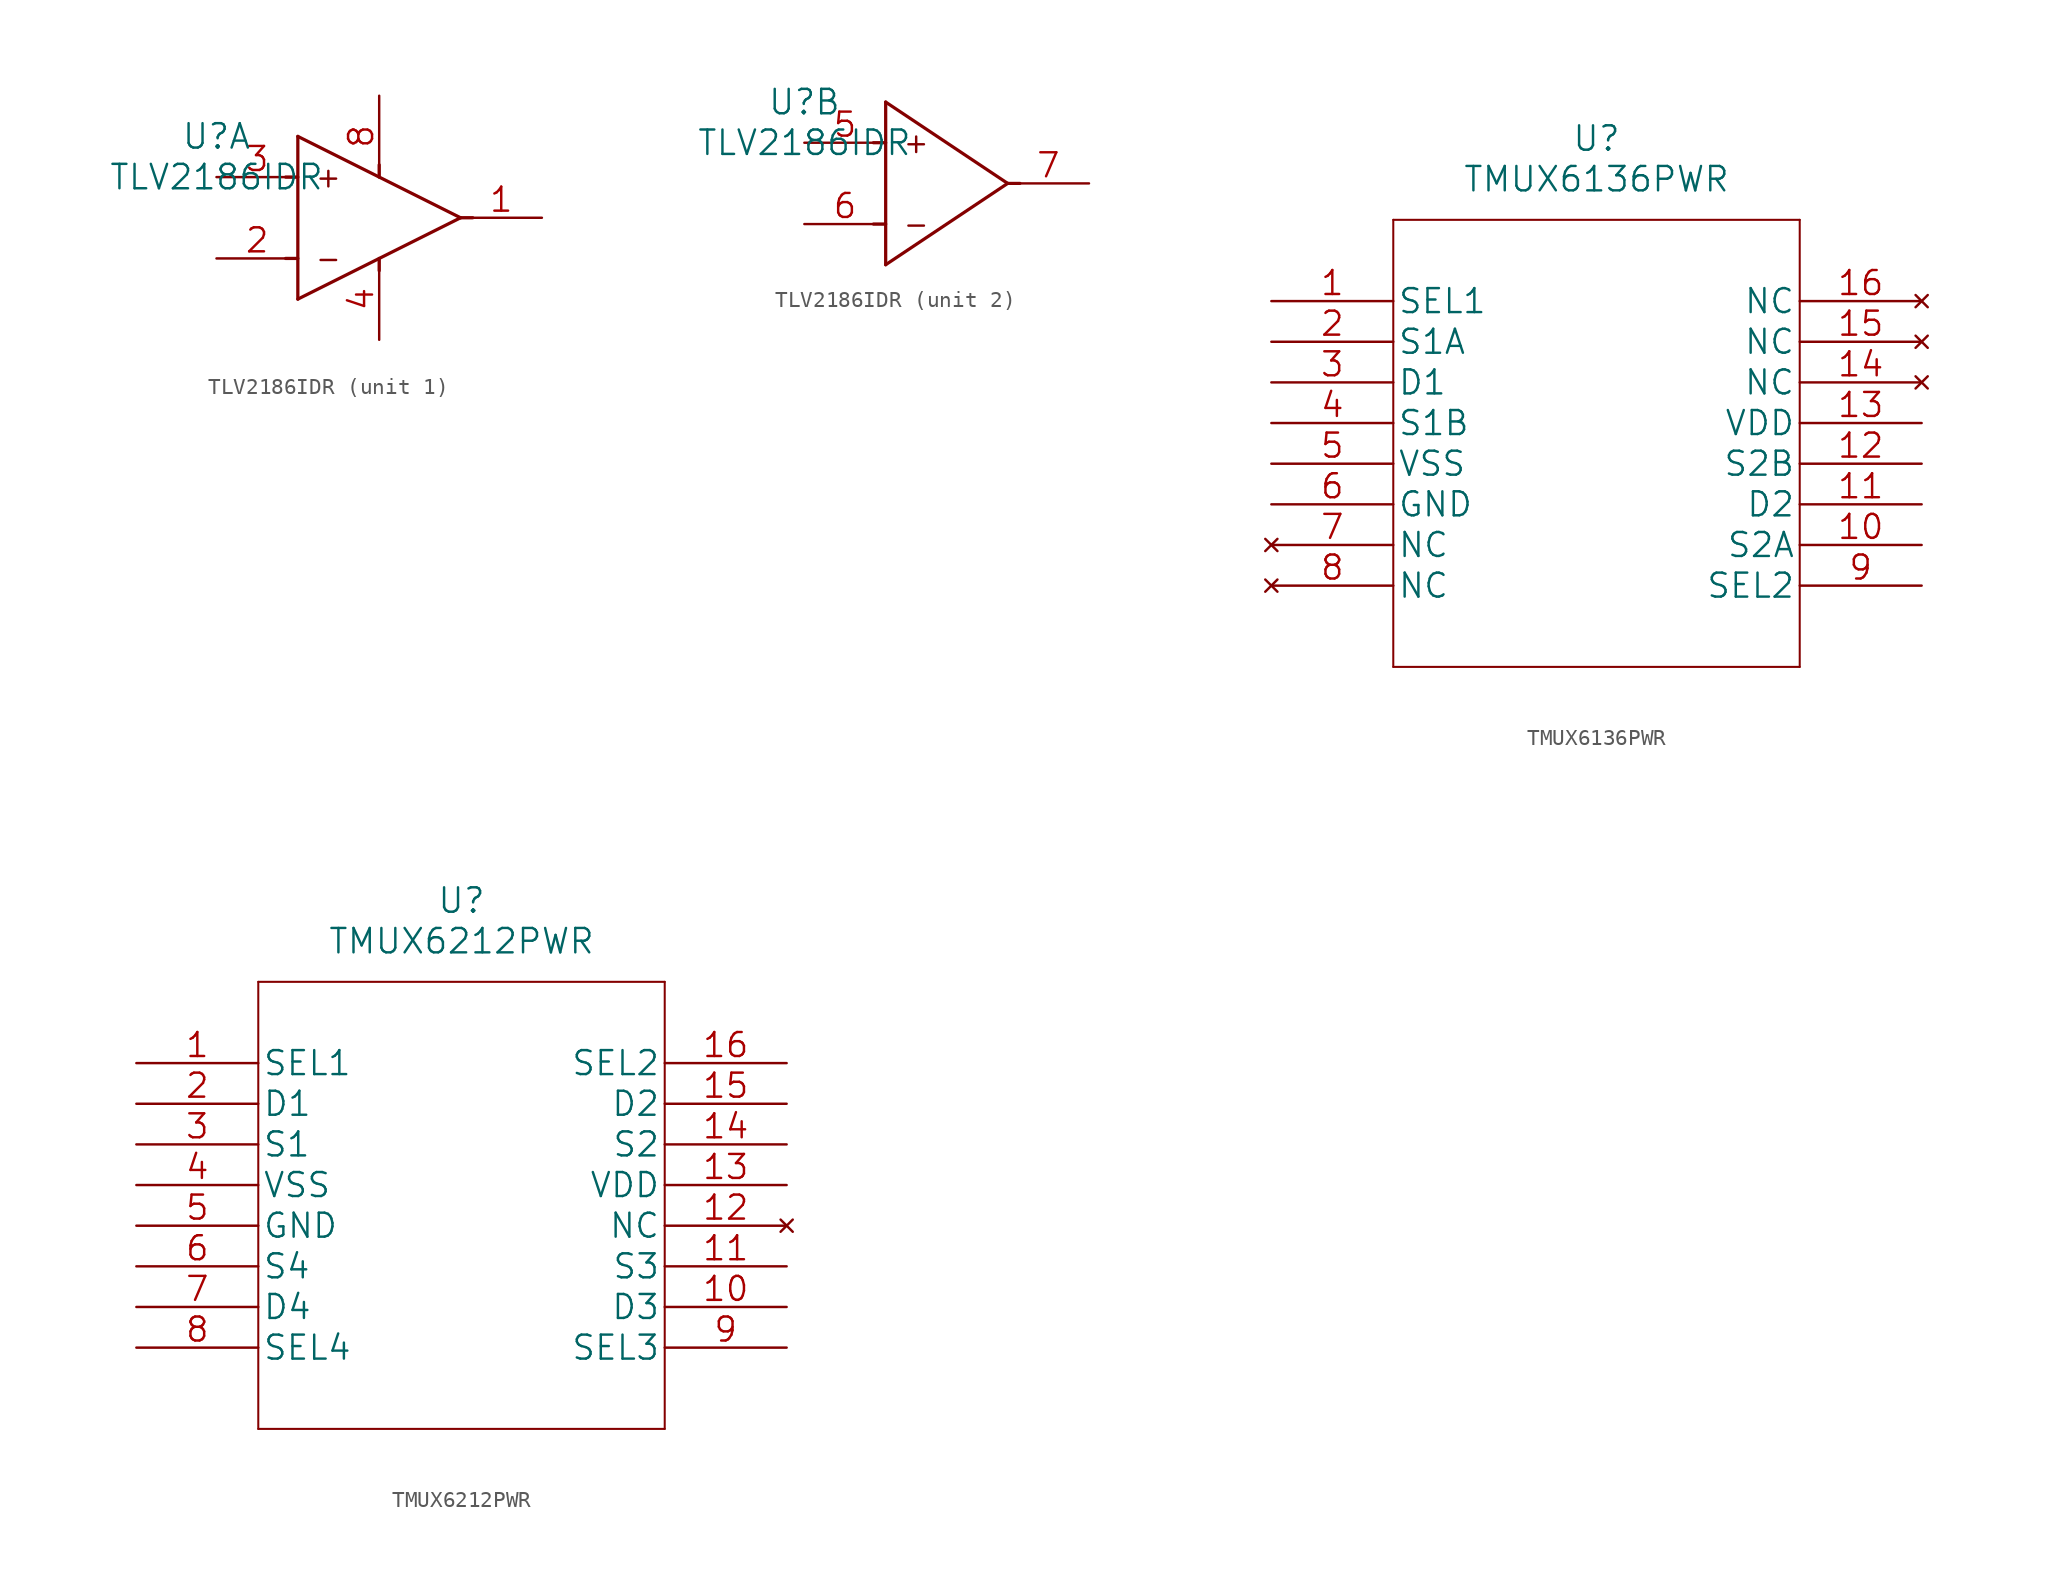
<source format=kicad_sym>
(kicad_symbol_lib
  (version 20211014)
  (generator kicad_symbol_editor)
  (symbol "TLV2186IDR"
    (pin_names
      (offset -0.254) hide)
    (property "Reference" "U"
      (at 0 2.54 0)
      (effects (font (size 1.524 1.524))))
    (property "Value" "TLV2186IDR"
      (at 0 0 0)
      (effects (font (size 1.524 1.524))))
    (property "Datasheet" ""
      (at 0 0 0)
      (effects (font (size 1.524 1.524))))
    (symbol "TLV2186IDR_0_0"
      (text "+" (at 6.985 0 0) (effects (font (size 1.27 1.27))))
      (text "-" (at 6.985 -5.08 0) (effects (font (size 1.27 1.27)))))
    (symbol "TLV2186IDR_1_1"
      (polyline (pts (xy 5.08 -7.62) (xy 5.08 2.54)) (stroke (width 0.203) (type default) (color 0 0 0 0)) (fill (type none)))
      (polyline (pts (xy 5.08 -7.62) (xy 15.24 -2.54)) (stroke (width 0.203) (type default) (color 0 0 0 0)) (fill (type none)))
      (polyline (pts (xy 5.08 -5.08) (xy 4.318 -5.08)) (stroke (width 0.203) (type default) (color 0 0 0 0)) (fill (type none)))
      (polyline (pts (xy 5.08 0) (xy 4.318 0)) (stroke (width 0.203) (type default) (color 0 0 0 0)) (fill (type none)))
      (polyline (pts (xy 5.08 2.54) (xy 15.24 -2.54)) (stroke (width 0.203) (type default) (color 0 0 0 0)) (fill (type none)))
      (polyline (pts (xy 10.16 -5.08) (xy 10.16 -5.842)) (stroke (width 0.203) (type default) (color 0 0 0 0)) (fill (type none)))
      (polyline (pts (xy 10.16 0) (xy 10.16 0.762)) (stroke (width 0.203) (type default) (color 0 0 0 0)) (fill (type none)))
      (polyline (pts (xy 15.24 -2.54) (xy 16.002 -2.54)) (stroke (width 0.203) (type default) (color 0 0 0 0)) (fill (type none)))
      (pin output line (at 20.32 -2.54 180) (length 5.08) (name "OUT_A" (effects (font (size 1.499 1.499)))) (number "1" (effects (font (size 1.499 1.499)))))
      (pin tri_state line (at 0 -5.08 0) (length 5.08) (name "-IN_A" (effects (font (size 1.499 1.499)))) (number "2" (effects (font (size 1.499 1.499)))))
      (pin tri_state line (at 0 0 0) (length 5.08) (name "+IN_A" (effects (font (size 1.499 1.499)))) (number "3" (effects (font (size 1.499 1.499)))))
      (pin power_in line (at 10.16 -10.16 90) (length 5.08) (name "V-" (effects (font (size 1.499 1.499)))) (number "4" (effects (font (size 1.499 1.499)))))
      (pin power_in line (at 10.16 5.08 270) (length 5.08) (name "V+" (effects (font (size 1.499 1.499)))) (number "8" (effects (font (size 1.499 1.499))))))
    (symbol "TLV2186IDR_2_1"
      (polyline (pts (xy 5.08 -7.62) (xy 5.08 2.54)) (stroke (width 0.203) (type default) (color 0 0 0 0)) (fill (type none)))
      (polyline (pts (xy 5.08 -7.62) (xy 12.7 -2.54)) (stroke (width 0.203) (type default) (color 0 0 0 0)) (fill (type none)))
      (polyline (pts (xy 5.08 -5.08) (xy 4.318 -5.08)) (stroke (width 0.203) (type default) (color 0 0 0 0)) (fill (type none)))
      (polyline (pts (xy 5.08 0) (xy 4.318 0)) (stroke (width 0.203) (type default) (color 0 0 0 0)) (fill (type none)))
      (polyline (pts (xy 5.08 2.54) (xy 12.7 -2.54)) (stroke (width 0.203) (type default) (color 0 0 0 0)) (fill (type none)))
      (polyline (pts (xy 12.7 -2.54) (xy 13.462 -2.54)) (stroke (width 0.203) (type default) (color 0 0 0 0)) (fill (type none)))
      (pin tri_state line (at 0 0 0) (length 5.08) (name "+IN_B" (effects (font (size 1.499 1.499)))) (number "5" (effects (font (size 1.499 1.499)))))
      (pin tri_state line (at 0 -5.08 0) (length 5.08) (name "-IN_B" (effects (font (size 1.499 1.499)))) (number "6" (effects (font (size 1.499 1.499)))))
      (pin output line (at 17.78 -2.54 180) (length 5.08) (name "OUT_B" (effects (font (size 1.499 1.499)))) (number "7" (effects (font (size 1.499 1.499)))))))
  (symbol "TMUX6136PWR"
    (pin_names
      (offset 0.254))
    (property "Reference" "U"
      (at 20.32 10.16 0)
      (effects (font (size 1.524 1.524))))
    (property "Value" "TMUX6136PWR"
      (at 20.32 7.62 0)
      (effects (font (size 1.524 1.524))))
    (property "Datasheet" ""
      (at 0 0 0)
      (effects (font (size 1.524 1.524))))
    (property "ki_locked" ""
      (at 0 0 0)
      (effects (font (size 1.27 1.27))))
    (symbol "TMUX6136PWR_1_1"
      (polyline (pts (xy 7.62 -22.86) (xy 33.02 -22.86)) (stroke (width 0.127) (type default) (color 0 0 0 0)) (fill (type none)))
      (polyline (pts (xy 7.62 5.08) (xy 7.62 -22.86)) (stroke (width 0.127) (type default) (color 0 0 0 0)) (fill (type none)))
      (polyline (pts (xy 33.02 -22.86) (xy 33.02 5.08)) (stroke (width 0.127) (type default) (color 0 0 0 0)) (fill (type none)))
      (polyline (pts (xy 33.02 5.08) (xy 7.62 5.08)) (stroke (width 0.127) (type default) (color 0 0 0 0)) (fill (type none)))
      (pin input line (at 0 0 0) (length 7.62) (name "SEL1" (effects (font (size 1.499 1.499)))) (number "1" (effects (font (size 1.499 1.499)))))
      (pin bidirectional line (at 40.64 -15.24 180) (length 7.62) (name "S2A" (effects (font (size 1.499 1.499)))) (number "10" (effects (font (size 1.499 1.499)))))
      (pin bidirectional line (at 40.64 -12.7 180) (length 7.62) (name "D2" (effects (font (size 1.499 1.499)))) (number "11" (effects (font (size 1.499 1.499)))))
      (pin bidirectional line (at 40.64 -10.16 180) (length 7.62) (name "S2B" (effects (font (size 1.499 1.499)))) (number "12" (effects (font (size 1.499 1.499)))))
      (pin power_in line (at 40.64 -7.62 180) (length 7.62) (name "VDD" (effects (font (size 1.499 1.499)))) (number "13" (effects (font (size 1.499 1.499)))))
      (pin no_connect line (at 40.64 -5.08 180) (length 7.62) (name "NC" (effects (font (size 1.499 1.499)))) (number "14" (effects (font (size 1.499 1.499)))))
      (pin no_connect line (at 40.64 -2.54 180) (length 7.62) (name "NC" (effects (font (size 1.499 1.499)))) (number "15" (effects (font (size 1.499 1.499)))))
      (pin no_connect line (at 40.64 0 180) (length 7.62) (name "NC" (effects (font (size 1.499 1.499)))) (number "16" (effects (font (size 1.499 1.499)))))
      (pin bidirectional line (at 0 -2.54 0) (length 7.62) (name "S1A" (effects (font (size 1.499 1.499)))) (number "2" (effects (font (size 1.499 1.499)))))
      (pin bidirectional line (at 0 -5.08 0) (length 7.62) (name "D1" (effects (font (size 1.499 1.499)))) (number "3" (effects (font (size 1.499 1.499)))))
      (pin bidirectional line (at 0 -7.62 0) (length 7.62) (name "S1B" (effects (font (size 1.499 1.499)))) (number "4" (effects (font (size 1.499 1.499)))))
      (pin power_in line (at 0 -10.16 0) (length 7.62) (name "VSS" (effects (font (size 1.499 1.499)))) (number "5" (effects (font (size 1.499 1.499)))))
      (pin power_in line (at 0 -12.7 0) (length 7.62) (name "GND" (effects (font (size 1.499 1.499)))) (number "6" (effects (font (size 1.499 1.499)))))
      (pin no_connect line (at 0 -15.24 0) (length 7.62) (name "NC" (effects (font (size 1.499 1.499)))) (number "7" (effects (font (size 1.499 1.499)))))
      (pin no_connect line (at 0 -17.78 0) (length 7.62) (name "NC" (effects (font (size 1.499 1.499)))) (number "8" (effects (font (size 1.499 1.499)))))
      (pin input line (at 40.64 -17.78 180) (length 7.62) (name "SEL2" (effects (font (size 1.499 1.499)))) (number "9" (effects (font (size 1.499 1.499)))))))
  (symbol "TMUX6212PWR"
    (pin_names
      (offset 0.254))
    (property "Reference" "U"
      (at 20.32 10.16 0)
      (effects (font (size 1.524 1.524))))
    (property "Value" "TMUX6212PWR"
      (at 20.32 7.62 0)
      (effects (font (size 1.524 1.524))))
    (property "Datasheet" ""
      (at 0 0 0)
      (effects (font (size 1.524 1.524))))
    (property "ki_locked" ""
      (at 0 0 0)
      (effects (font (size 1.27 1.27))))
    (symbol "TMUX6212PWR_1_1"
      (polyline (pts (xy 7.62 -22.86) (xy 33.02 -22.86)) (stroke (width 0.127) (type default) (color 0 0 0 0)) (fill (type none)))
      (polyline (pts (xy 7.62 5.08) (xy 7.62 -22.86)) (stroke (width 0.127) (type default) (color 0 0 0 0)) (fill (type none)))
      (polyline (pts (xy 33.02 -22.86) (xy 33.02 5.08)) (stroke (width 0.127) (type default) (color 0 0 0 0)) (fill (type none)))
      (polyline (pts (xy 33.02 5.08) (xy 7.62 5.08)) (stroke (width 0.127) (type default) (color 0 0 0 0)) (fill (type none)))
      (pin bidirectional line (at 0 0 0) (length 7.62) (name "SEL1" (effects (font (size 1.499 1.499)))) (number "1" (effects (font (size 1.499 1.499)))))
      (pin bidirectional line (at 40.64 -15.24 180) (length 7.62) (name "D3" (effects (font (size 1.499 1.499)))) (number "10" (effects (font (size 1.499 1.499)))))
      (pin bidirectional line (at 40.64 -12.7 180) (length 7.62) (name "S3" (effects (font (size 1.499 1.499)))) (number "11" (effects (font (size 1.499 1.499)))))
      (pin no_connect line (at 40.64 -10.16 180) (length 7.62) (name "NC" (effects (font (size 1.499 1.499)))) (number "12" (effects (font (size 1.499 1.499)))))
      (pin power_in line (at 40.64 -7.62 180) (length 7.62) (name "VDD" (effects (font (size 1.499 1.499)))) (number "13" (effects (font (size 1.499 1.499)))))
      (pin bidirectional line (at 40.64 -5.08 180) (length 7.62) (name "S2" (effects (font (size 1.499 1.499)))) (number "14" (effects (font (size 1.499 1.499)))))
      (pin bidirectional line (at 40.64 -2.54 180) (length 7.62) (name "D2" (effects (font (size 1.499 1.499)))) (number "15" (effects (font (size 1.499 1.499)))))
      (pin bidirectional line (at 40.64 0 180) (length 7.62) (name "SEL2" (effects (font (size 1.499 1.499)))) (number "16" (effects (font (size 1.499 1.499)))))
      (pin bidirectional line (at 0 -2.54 0) (length 7.62) (name "D1" (effects (font (size 1.499 1.499)))) (number "2" (effects (font (size 1.499 1.499)))))
      (pin bidirectional line (at 0 -5.08 0) (length 7.62) (name "S1" (effects (font (size 1.499 1.499)))) (number "3" (effects (font (size 1.499 1.499)))))
      (pin power_in line (at 0 -7.62 0) (length 7.62) (name "VSS" (effects (font (size 1.499 1.499)))) (number "4" (effects (font (size 1.499 1.499)))))
      (pin power_in line (at 0 -10.16 0) (length 7.62) (name "GND" (effects (font (size 1.499 1.499)))) (number "5" (effects (font (size 1.499 1.499)))))
      (pin bidirectional line (at 0 -12.7 0) (length 7.62) (name "S4" (effects (font (size 1.499 1.499)))) (number "6" (effects (font (size 1.499 1.499)))))
      (pin bidirectional line (at 0 -15.24 0) (length 7.62) (name "D4" (effects (font (size 1.499 1.499)))) (number "7" (effects (font (size 1.499 1.499)))))
      (pin bidirectional line (at 0 -17.78 0) (length 7.62) (name "SEL4" (effects (font (size 1.499 1.499)))) (number "8" (effects (font (size 1.499 1.499)))))
      (pin bidirectional line (at 40.64 -17.78 180) (length 7.62) (name "SEL3" (effects (font (size 1.499 1.499)))) (number "9" (effects (font (size 1.499 1.499))))))))
</source>
